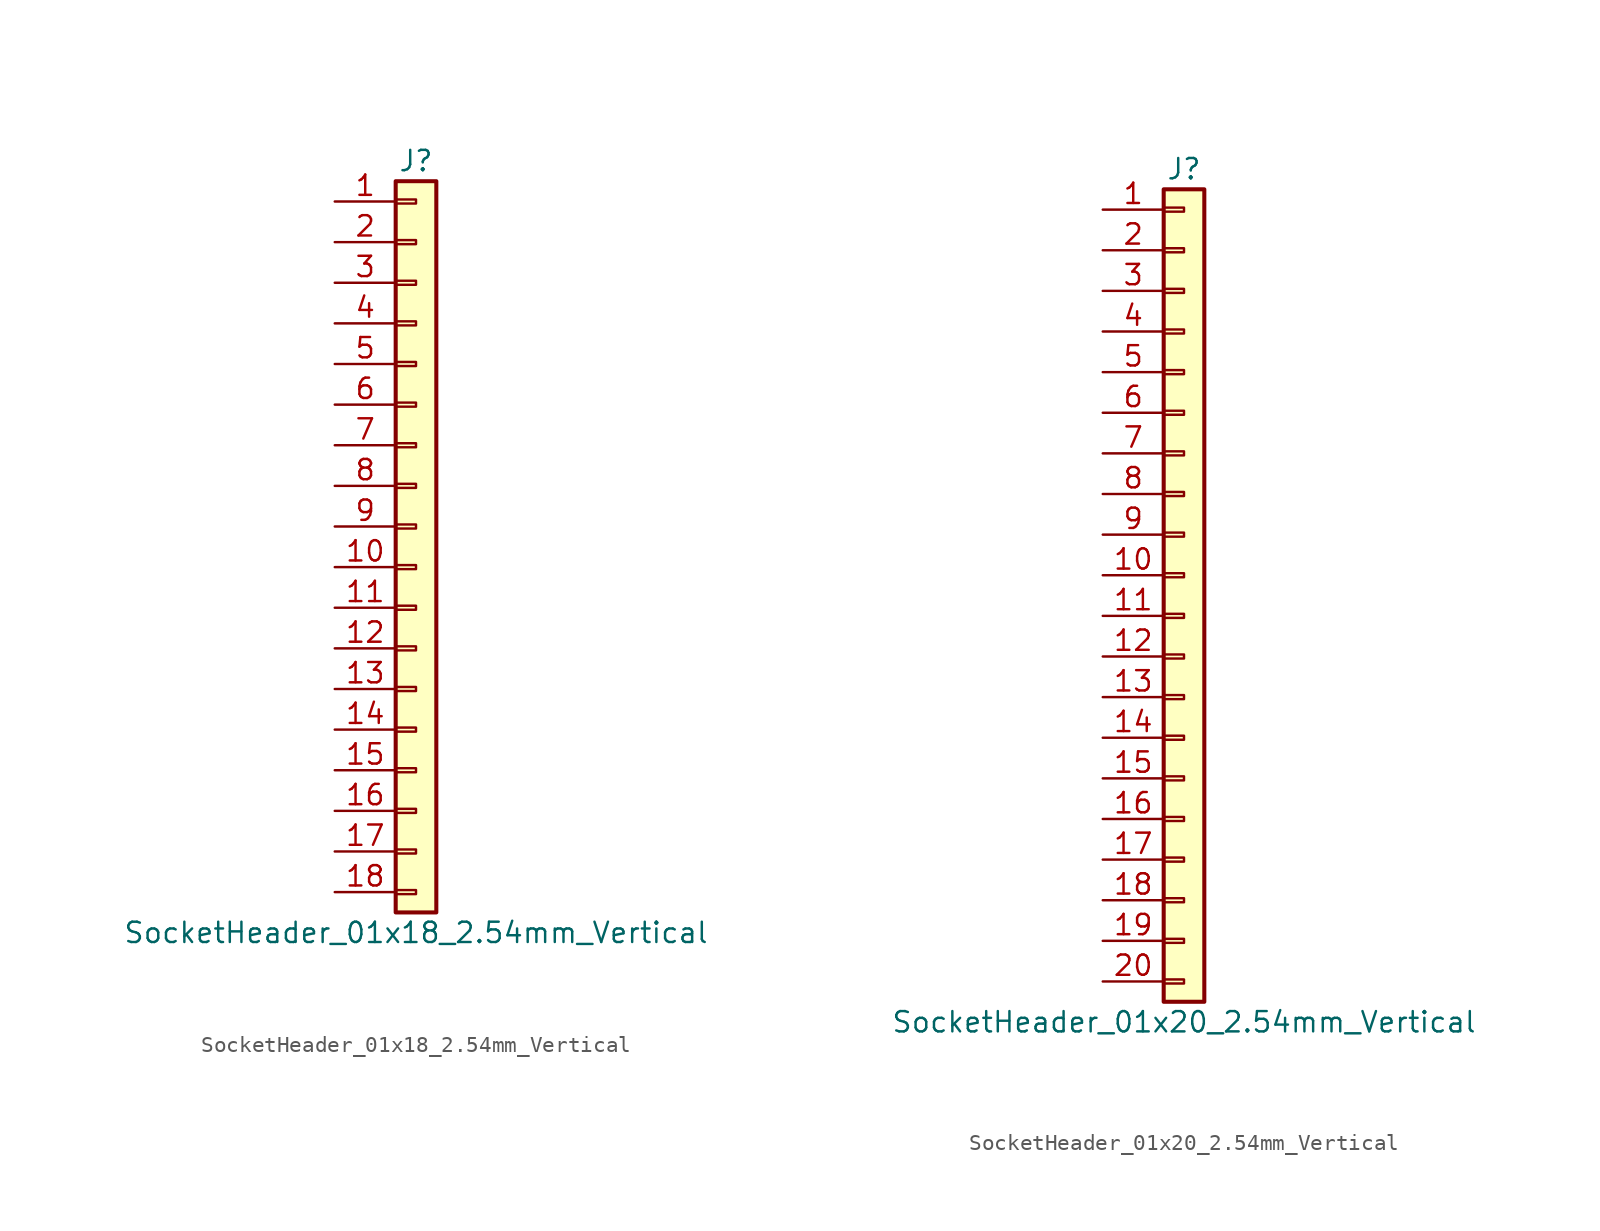
<source format=kicad_sym>
(kicad_symbol_lib
  (version 20241209)
  (generator "kicad_symbol_editor")
  (generator_version "9.0")
  (symbol "SocketHeader_01x18_2.54mm_Vertical"
    (pin_names
      (offset 1.016)
      (hide yes))
    (property "Reference" "J"
      (at 0 22.86 0)
      (effects (font (size 1.27 1.27))))
    (property "Value" "SocketHeader_01x18_2.54mm_Vertical"
      (at 0 -25.4 0)
      (effects (font (size 1.27 1.27))))
    (symbol "SocketHeader_01x18_2.54mm_Vertical_1_1"
      (rectangle (start -1.27 21.59) (end 1.27 -24.13) (stroke (width 0.254) (type default)) (fill (type background)))
      (rectangle (start -1.27 20.447) (end 0 20.193) (stroke (width 0.152) (type default)) (fill (type none)))
      (rectangle (start -1.27 17.907) (end 0 17.653) (stroke (width 0.152) (type default)) (fill (type none)))
      (rectangle (start -1.27 15.367) (end 0 15.113) (stroke (width 0.152) (type default)) (fill (type none)))
      (rectangle (start -1.27 12.827) (end 0 12.573) (stroke (width 0.152) (type default)) (fill (type none)))
      (rectangle (start -1.27 10.287) (end 0 10.033) (stroke (width 0.152) (type default)) (fill (type none)))
      (rectangle (start -1.27 7.747) (end 0 7.493) (stroke (width 0.152) (type default)) (fill (type none)))
      (rectangle (start -1.27 5.207) (end 0 4.953) (stroke (width 0.152) (type default)) (fill (type none)))
      (rectangle (start -1.27 2.667) (end 0 2.413) (stroke (width 0.152) (type default)) (fill (type none)))
      (rectangle (start -1.27 0.127) (end 0 -0.127) (stroke (width 0.152) (type default)) (fill (type none)))
      (rectangle (start -1.27 -2.413) (end 0 -2.667) (stroke (width 0.152) (type default)) (fill (type none)))
      (rectangle (start -1.27 -4.953) (end 0 -5.207) (stroke (width 0.152) (type default)) (fill (type none)))
      (rectangle (start -1.27 -7.493) (end 0 -7.747) (stroke (width 0.152) (type default)) (fill (type none)))
      (rectangle (start -1.27 -10.033) (end 0 -10.287) (stroke (width 0.152) (type default)) (fill (type none)))
      (rectangle (start -1.27 -12.573) (end 0 -12.827) (stroke (width 0.152) (type default)) (fill (type none)))
      (rectangle (start -1.27 -15.113) (end 0 -15.367) (stroke (width 0.152) (type default)) (fill (type none)))
      (rectangle (start -1.27 -17.653) (end 0 -17.907) (stroke (width 0.152) (type default)) (fill (type none)))
      (rectangle (start -1.27 -20.193) (end 0 -20.447) (stroke (width 0.152) (type default)) (fill (type none)))
      (rectangle (start -1.27 -22.733) (end 0 -22.987) (stroke (width 0.152) (type default)) (fill (type none)))
      (pin passive line (at -5.08 20.32 0) (length 3.81) (name "Pin_1" (effects (font (size 1.27 1.27)))) (number "1" (effects (font (size 1.27 1.27)))))
      (pin passive line (at -5.08 17.78 0) (length 3.81) (name "Pin_2" (effects (font (size 1.27 1.27)))) (number "2" (effects (font (size 1.27 1.27)))))
      (pin passive line (at -5.08 15.24 0) (length 3.81) (name "Pin_3" (effects (font (size 1.27 1.27)))) (number "3" (effects (font (size 1.27 1.27)))))
      (pin passive line (at -5.08 12.7 0) (length 3.81) (name "Pin_4" (effects (font (size 1.27 1.27)))) (number "4" (effects (font (size 1.27 1.27)))))
      (pin passive line (at -5.08 10.16 0) (length 3.81) (name "Pin_5" (effects (font (size 1.27 1.27)))) (number "5" (effects (font (size 1.27 1.27)))))
      (pin passive line (at -5.08 7.62 0) (length 3.81) (name "Pin_6" (effects (font (size 1.27 1.27)))) (number "6" (effects (font (size 1.27 1.27)))))
      (pin passive line (at -5.08 5.08 0) (length 3.81) (name "Pin_7" (effects (font (size 1.27 1.27)))) (number "7" (effects (font (size 1.27 1.27)))))
      (pin passive line (at -5.08 2.54 0) (length 3.81) (name "Pin_8" (effects (font (size 1.27 1.27)))) (number "8" (effects (font (size 1.27 1.27)))))
      (pin passive line (at -5.08 0 0) (length 3.81) (name "Pin_9" (effects (font (size 1.27 1.27)))) (number "9" (effects (font (size 1.27 1.27)))))
      (pin passive line (at -5.08 -2.54 0) (length 3.81) (name "Pin_10" (effects (font (size 1.27 1.27)))) (number "10" (effects (font (size 1.27 1.27)))))
      (pin passive line (at -5.08 -5.08 0) (length 3.81) (name "Pin_11" (effects (font (size 1.27 1.27)))) (number "11" (effects (font (size 1.27 1.27)))))
      (pin passive line (at -5.08 -7.62 0) (length 3.81) (name "Pin_12" (effects (font (size 1.27 1.27)))) (number "12" (effects (font (size 1.27 1.27)))))
      (pin passive line (at -5.08 -10.16 0) (length 3.81) (name "Pin_13" (effects (font (size 1.27 1.27)))) (number "13" (effects (font (size 1.27 1.27)))))
      (pin passive line (at -5.08 -12.7 0) (length 3.81) (name "Pin_14" (effects (font (size 1.27 1.27)))) (number "14" (effects (font (size 1.27 1.27)))))
      (pin passive line (at -5.08 -15.24 0) (length 3.81) (name "Pin_15" (effects (font (size 1.27 1.27)))) (number "15" (effects (font (size 1.27 1.27)))))
      (pin passive line (at -5.08 -17.78 0) (length 3.81) (name "Pin_16" (effects (font (size 1.27 1.27)))) (number "16" (effects (font (size 1.27 1.27)))))
      (pin passive line (at -5.08 -20.32 0) (length 3.81) (name "Pin_17" (effects (font (size 1.27 1.27)))) (number "17" (effects (font (size 1.27 1.27)))))
      (pin passive line (at -5.08 -22.86 0) (length 3.81) (name "Pin_18" (effects (font (size 1.27 1.27)))) (number "18" (effects (font (size 1.27 1.27)))))))
  (symbol "SocketHeader_01x20_2.54mm_Vertical"
    (pin_names
      (offset 1.016)
      (hide yes))
    (property "Reference" "J"
      (at 0 25.4 0)
      (effects (font (size 1.27 1.27))))
    (property "Value" "SocketHeader_01x20_2.54mm_Vertical"
      (at 0 -27.94 0)
      (effects (font (size 1.27 1.27))))
    (symbol "SocketHeader_01x20_2.54mm_Vertical_1_1"
      (rectangle (start -1.27 24.13) (end 1.27 -26.67) (stroke (width 0.254) (type default)) (fill (type background)))
      (rectangle (start -1.27 22.987) (end 0 22.733) (stroke (width 0.152) (type default)) (fill (type none)))
      (rectangle (start -1.27 20.447) (end 0 20.193) (stroke (width 0.152) (type default)) (fill (type none)))
      (rectangle (start -1.27 17.907) (end 0 17.653) (stroke (width 0.152) (type default)) (fill (type none)))
      (rectangle (start -1.27 15.367) (end 0 15.113) (stroke (width 0.152) (type default)) (fill (type none)))
      (rectangle (start -1.27 12.827) (end 0 12.573) (stroke (width 0.152) (type default)) (fill (type none)))
      (rectangle (start -1.27 10.287) (end 0 10.033) (stroke (width 0.152) (type default)) (fill (type none)))
      (rectangle (start -1.27 7.747) (end 0 7.493) (stroke (width 0.152) (type default)) (fill (type none)))
      (rectangle (start -1.27 5.207) (end 0 4.953) (stroke (width 0.152) (type default)) (fill (type none)))
      (rectangle (start -1.27 2.667) (end 0 2.413) (stroke (width 0.152) (type default)) (fill (type none)))
      (rectangle (start -1.27 0.127) (end 0 -0.127) (stroke (width 0.152) (type default)) (fill (type none)))
      (rectangle (start -1.27 -2.413) (end 0 -2.667) (stroke (width 0.152) (type default)) (fill (type none)))
      (rectangle (start -1.27 -4.953) (end 0 -5.207) (stroke (width 0.152) (type default)) (fill (type none)))
      (rectangle (start -1.27 -7.493) (end 0 -7.747) (stroke (width 0.152) (type default)) (fill (type none)))
      (rectangle (start -1.27 -10.033) (end 0 -10.287) (stroke (width 0.152) (type default)) (fill (type none)))
      (rectangle (start -1.27 -12.573) (end 0 -12.827) (stroke (width 0.152) (type default)) (fill (type none)))
      (rectangle (start -1.27 -15.113) (end 0 -15.367) (stroke (width 0.152) (type default)) (fill (type none)))
      (rectangle (start -1.27 -17.653) (end 0 -17.907) (stroke (width 0.152) (type default)) (fill (type none)))
      (rectangle (start -1.27 -20.193) (end 0 -20.447) (stroke (width 0.152) (type default)) (fill (type none)))
      (rectangle (start -1.27 -22.733) (end 0 -22.987) (stroke (width 0.152) (type default)) (fill (type none)))
      (rectangle (start -1.27 -25.273) (end 0 -25.527) (stroke (width 0.152) (type default)) (fill (type none)))
      (pin passive line (at -5.08 22.86 0) (length 3.81) (name "Pin_1" (effects (font (size 1.27 1.27)))) (number "1" (effects (font (size 1.27 1.27)))))
      (pin passive line (at -5.08 20.32 0) (length 3.81) (name "Pin_2" (effects (font (size 1.27 1.27)))) (number "2" (effects (font (size 1.27 1.27)))))
      (pin passive line (at -5.08 17.78 0) (length 3.81) (name "Pin_3" (effects (font (size 1.27 1.27)))) (number "3" (effects (font (size 1.27 1.27)))))
      (pin passive line (at -5.08 15.24 0) (length 3.81) (name "Pin_4" (effects (font (size 1.27 1.27)))) (number "4" (effects (font (size 1.27 1.27)))))
      (pin passive line (at -5.08 12.7 0) (length 3.81) (name "Pin_5" (effects (font (size 1.27 1.27)))) (number "5" (effects (font (size 1.27 1.27)))))
      (pin passive line (at -5.08 10.16 0) (length 3.81) (name "Pin_6" (effects (font (size 1.27 1.27)))) (number "6" (effects (font (size 1.27 1.27)))))
      (pin passive line (at -5.08 7.62 0) (length 3.81) (name "Pin_7" (effects (font (size 1.27 1.27)))) (number "7" (effects (font (size 1.27 1.27)))))
      (pin passive line (at -5.08 5.08 0) (length 3.81) (name "Pin_8" (effects (font (size 1.27 1.27)))) (number "8" (effects (font (size 1.27 1.27)))))
      (pin passive line (at -5.08 2.54 0) (length 3.81) (name "Pin_9" (effects (font (size 1.27 1.27)))) (number "9" (effects (font (size 1.27 1.27)))))
      (pin passive line (at -5.08 0 0) (length 3.81) (name "Pin_10" (effects (font (size 1.27 1.27)))) (number "10" (effects (font (size 1.27 1.27)))))
      (pin passive line (at -5.08 -2.54 0) (length 3.81) (name "Pin_11" (effects (font (size 1.27 1.27)))) (number "11" (effects (font (size 1.27 1.27)))))
      (pin passive line (at -5.08 -5.08 0) (length 3.81) (name "Pin_12" (effects (font (size 1.27 1.27)))) (number "12" (effects (font (size 1.27 1.27)))))
      (pin passive line (at -5.08 -7.62 0) (length 3.81) (name "Pin_13" (effects (font (size 1.27 1.27)))) (number "13" (effects (font (size 1.27 1.27)))))
      (pin passive line (at -5.08 -10.16 0) (length 3.81) (name "Pin_14" (effects (font (size 1.27 1.27)))) (number "14" (effects (font (size 1.27 1.27)))))
      (pin passive line (at -5.08 -12.7 0) (length 3.81) (name "Pin_15" (effects (font (size 1.27 1.27)))) (number "15" (effects (font (size 1.27 1.27)))))
      (pin passive line (at -5.08 -15.24 0) (length 3.81) (name "Pin_16" (effects (font (size 1.27 1.27)))) (number "16" (effects (font (size 1.27 1.27)))))
      (pin passive line (at -5.08 -17.78 0) (length 3.81) (name "Pin_17" (effects (font (size 1.27 1.27)))) (number "17" (effects (font (size 1.27 1.27)))))
      (pin passive line (at -5.08 -20.32 0) (length 3.81) (name "Pin_18" (effects (font (size 1.27 1.27)))) (number "18" (effects (font (size 1.27 1.27)))))
      (pin passive line (at -5.08 -22.86 0) (length 3.81) (name "Pin_19" (effects (font (size 1.27 1.27)))) (number "19" (effects (font (size 1.27 1.27)))))
      (pin passive line (at -5.08 -25.4 0) (length 3.81) (name "Pin_20" (effects (font (size 1.27 1.27)))) (number "20" (effects (font (size 1.27 1.27))))))))
</source>
